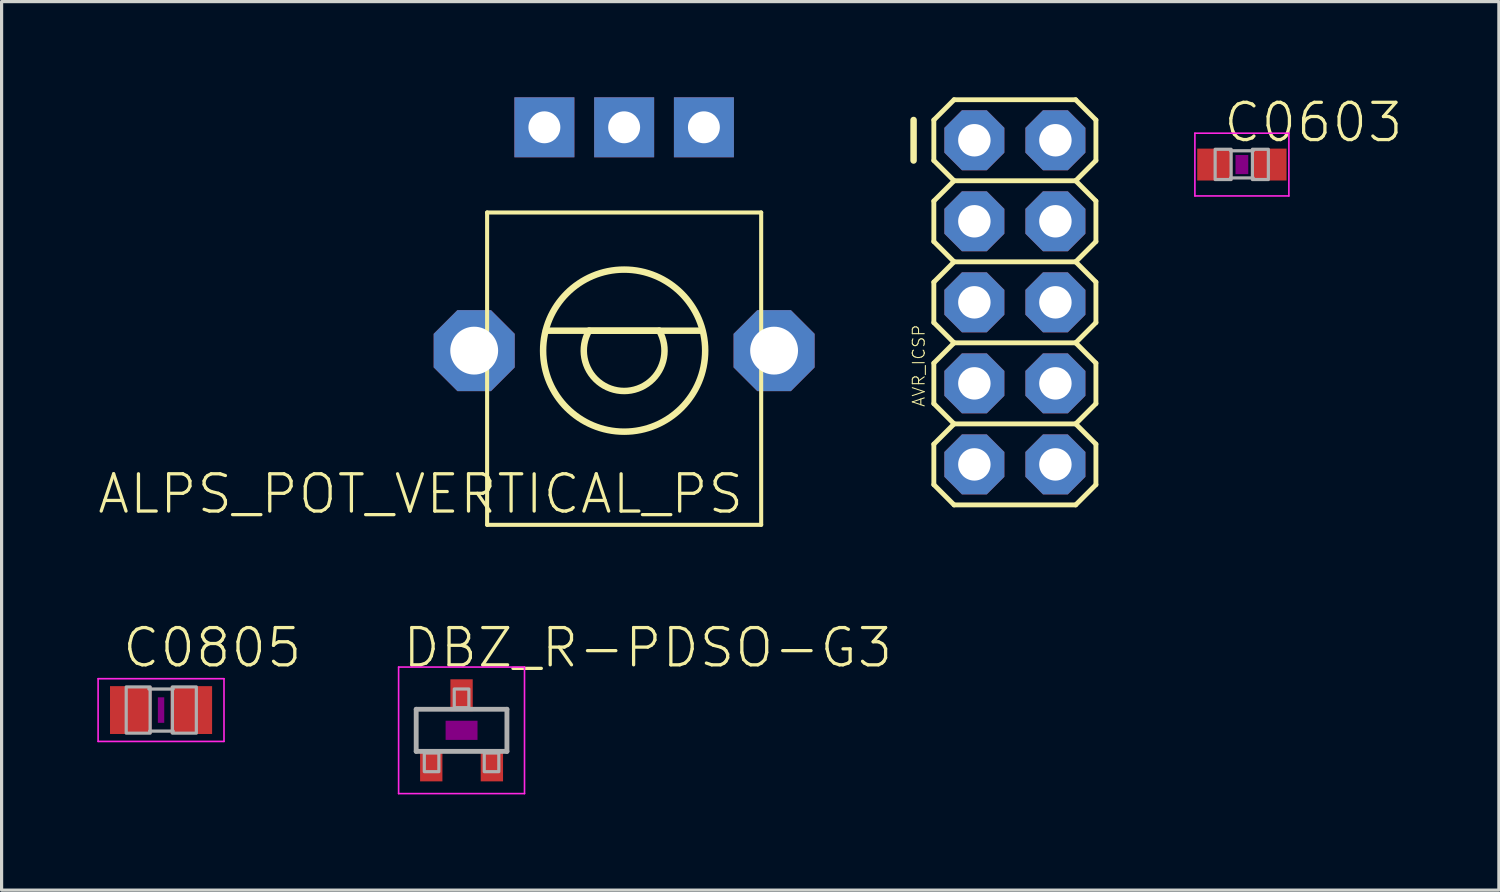
<source format=kicad_pcb>
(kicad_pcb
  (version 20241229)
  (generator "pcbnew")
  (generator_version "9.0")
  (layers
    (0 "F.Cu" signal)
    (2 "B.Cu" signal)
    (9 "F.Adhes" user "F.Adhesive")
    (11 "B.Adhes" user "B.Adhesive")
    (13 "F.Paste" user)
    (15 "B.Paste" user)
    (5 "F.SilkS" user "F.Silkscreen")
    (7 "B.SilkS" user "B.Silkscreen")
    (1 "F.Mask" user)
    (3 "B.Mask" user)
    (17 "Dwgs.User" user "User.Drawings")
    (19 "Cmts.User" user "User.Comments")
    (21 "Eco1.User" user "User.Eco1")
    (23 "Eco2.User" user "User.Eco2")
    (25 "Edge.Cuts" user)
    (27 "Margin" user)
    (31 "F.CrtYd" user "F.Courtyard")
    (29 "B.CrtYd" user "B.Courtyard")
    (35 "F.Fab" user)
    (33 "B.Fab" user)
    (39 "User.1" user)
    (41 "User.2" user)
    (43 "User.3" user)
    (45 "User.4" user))
  (footprint "C0603"
    (layer "F.Cu")
    (at 35.875 2.108)
    (property "Reference" "C0603" (at -0.635 -0.635 0) (layer "F.SilkS") (effects (font (size 1.168 1.168) (thickness 0.102)) (justify left bottom)))
    (fp_poly (pts (xy -0.2 0.3) (xy 0.2 0.3) (xy 0.2 -0.3) (xy -0.2 -0.3)) (stroke (width 0) (type solid)) (fill yes) (layer "F.Adhes"))
    (fp_line (start -1.473 -0.983) (end 1.473 -0.983) (stroke (width 0.051) (type solid)) (layer "F.CrtYd"))
    (fp_line (start -1.473 0.983) (end -1.473 -0.983) (stroke (width 0.051) (type solid)) (layer "F.CrtYd"))
    (fp_line (start 1.473 -0.983) (end 1.473 0.983) (stroke (width 0.051) (type solid)) (layer "F.CrtYd"))
    (fp_line (start 1.473 0.983) (end -1.473 0.983) (stroke (width 0.051) (type solid)) (layer "F.CrtYd"))
    (fp_line (start -0.356 -0.432) (end 0.356 -0.432) (stroke (width 0.102) (type solid)) (layer "F.Fab"))
    (fp_line (start -0.356 0.419) (end 0.356 0.419) (stroke (width 0.102) (type solid)) (layer "F.Fab"))
    (fp_poly (pts (xy -0.838 0.47) (xy -0.338 0.47) (xy -0.338 -0.48) (xy -0.838 -0.48)) (stroke (width 0.1) (type solid)) (fill no) (layer "F.Fab"))
    (fp_poly (pts (xy 0.33 0.47) (xy 0.83 0.47) (xy 0.83 -0.48) (xy 0.33 -0.48)) (stroke (width 0.1) (type solid)) (fill no) (layer "F.Fab"))
    (pad "1" smd rect (at -0.85 0) (size 1.1 1) (layers "F.Cu" "F.Mask" "F.Paste"))
    (pad "2" smd rect (at 0.85 0) (size 1.1 1) (layers "F.Cu" "F.Mask" "F.Paste")))
  (footprint "DBZ_R-PDSO-G3"
    (layer "F.Cu")
    (at 11.417 19.841)
    (property "Reference" "DBZ_R-PDSO-G3" (at -1.905 -1.905 0) (layer "F.SilkS") (effects (font (size 1.168 1.168) (thickness 0.102)) (justify left bottom)))
    (fp_poly (pts (xy -0.5 0.3) (xy 0.5 0.3) (xy 0.5 -0.3) (xy -0.5 -0.3)) (stroke (width 0) (type solid)) (fill yes) (layer "F.Adhes"))
    (fp_line (start -1.973 -1.983) (end 1.973 -1.983) (stroke (width 0.051) (type solid)) (layer "F.CrtYd"))
    (fp_line (start -1.973 1.983) (end -1.973 -1.983) (stroke (width 0.051) (type solid)) (layer "F.CrtYd"))
    (fp_line (start 1.973 -1.983) (end 1.973 1.983) (stroke (width 0.051) (type solid)) (layer "F.CrtYd"))
    (fp_line (start 1.973 1.983) (end -1.973 1.983) (stroke (width 0.051) (type solid)) (layer "F.CrtYd"))
    (fp_line (start -1.422 -0.66) (end 1.422 -0.66) (stroke (width 0.152) (type solid)) (layer "F.Fab"))
    (fp_line (start -1.422 0.66) (end -1.422 -0.66) (stroke (width 0.152) (type solid)) (layer "F.Fab"))
    (fp_line (start 1.422 -0.66) (end 1.422 0.66) (stroke (width 0.152) (type solid)) (layer "F.Fab"))
    (fp_line (start 1.422 0.66) (end -1.422 0.66) (stroke (width 0.152) (type solid)) (layer "F.Fab"))
    (fp_poly (pts (xy -1.168 1.295) (xy -0.711 1.295) (xy -0.711 0.711) (xy -1.168 0.711)) (stroke (width 0.1) (type solid)) (fill no) (layer "F.Fab"))
    (fp_poly (pts (xy -0.229 -0.711) (xy 0.229 -0.711) (xy 0.229 -1.295) (xy -0.229 -1.295)) (stroke (width 0.1) (type solid)) (fill no) (layer "F.Fab"))
    (fp_poly (pts (xy 0.711 1.295) (xy 1.168 1.295) (xy 1.168 0.711) (xy 0.711 0.711)) (stroke (width 0.1) (type solid)) (fill no) (layer "F.Fab"))
    (pad "1" smd rect (at -0.95 1.1) (size 0.7 1) (layers "F.Cu" "F.Mask" "F.Paste"))
    (pad "2" smd rect (at 0.95 1.1) (size 0.7 1) (layers "F.Cu" "F.Mask" "F.Paste"))
    (pad "3" smd rect (at 0 -1.1) (size 0.7 1) (layers "F.Cu" "F.Mask" "F.Paste")))
  (footprint "ALPS_POT_VERTICAL_PS"
    (layer "F.Cu")
    (at 16.513 7.94)
    (property "Reference" "ALPS_POT_VERTICAL_PS" (at 3.81 3.81 0) (layer "F.SilkS") (effects (font (size 1.168 1.168) (thickness 0.102)) (justify right top)))
    (fp_line (start -4.295 -4.33) (end 4.295 -4.33) (stroke (width 0.127) (type solid)) (layer "F.SilkS"))
    (fp_line (start -4.295 5.46) (end -4.295 -4.33) (stroke (width 0.127) (type solid)) (layer "F.SilkS"))
    (fp_line (start -2.45 -0.625) (end 2.425 -0.625) (stroke (width 0.203) (type solid)) (layer "F.SilkS"))
    (fp_line (start -1.1 -0.625) (end 1.1 -0.625) (stroke (width 0.203) (type solid)) (layer "F.SilkS"))
    (fp_line (start 4.295 -4.33) (end 4.295 5.46) (stroke (width 0.127) (type solid)) (layer "F.SilkS"))
    (fp_line (start 4.295 5.46) (end -4.295 5.46) (stroke (width 0.127) (type solid)) (layer "F.SilkS"))
    (fp_arc (start 1.1 -0.625) (mid 0 1.265158) (end -1.1 -0.625) (stroke (width 0.2032) (type solid)) (layer "F.SilkS"))
    (fp_circle (center 0 0) (end 2.54 0) (stroke (width 0.203) (type solid)) (fill no) (layer "F.SilkS"))
    (pad "P$1" thru_hole rect (at -2.5 -7 270) (size 1.88 1.88) (drill 1) (layers "*.Cu" "*.Mask"))
    (pad "P$2" thru_hole rect (at 0 -7 270) (size 1.88 1.88) (drill 1) (layers "*.Cu" "*.Mask"))
    (pad "P$3" thru_hole rect (at 2.5 -7 270) (size 1.88 1.88) (drill 1) (layers "*.Cu" "*.Mask"))
    (pad "P$4" thru_hole roundrect (at -4.7 0 270) (size 2.54 2.54) (drill 1.5) (layers "*.Cu" "*.Mask") (roundrect_rratio 0.25) (chamfer_ratio 0.293) (chamfer top_left top_right bottom_left bottom_right))
    (pad "P$5" thru_hole roundrect (at 4.7 0 270) (size 2.54 2.54) (drill 1.5) (layers "*.Cu" "*.Mask") (roundrect_rratio 0.25) (chamfer_ratio 0.293) (chamfer top_left top_right bottom_left bottom_right)))
  (footprint "C0805"
    (layer "F.Cu")
    (at 1.998 19.206)
    (property "Reference" "C0805" (at -1.27 -1.27 0) (layer "F.SilkS") (effects (font (size 1.168 1.168) (thickness 0.102)) (justify left bottom)))
    (fp_poly (pts (xy -0.1 0.4) (xy 0.1 0.4) (xy 0.1 -0.4) (xy -0.1 -0.4)) (stroke (width 0) (type solid)) (fill yes) (layer "F.Adhes"))
    (fp_line (start -1.973 -0.983) (end 1.973 -0.983) (stroke (width 0.051) (type solid)) (layer "F.CrtYd"))
    (fp_line (start -1.973 0.983) (end -1.973 -0.983) (stroke (width 0.051) (type solid)) (layer "F.CrtYd"))
    (fp_line (start 1.973 -0.983) (end 1.973 0.983) (stroke (width 0.051) (type solid)) (layer "F.CrtYd"))
    (fp_line (start 1.973 0.983) (end -1.973 0.983) (stroke (width 0.051) (type solid)) (layer "F.CrtYd"))
    (fp_line (start -0.381 -0.66) (end 0.381 -0.66) (stroke (width 0.102) (type solid)) (layer "F.Fab"))
    (fp_line (start -0.356 0.66) (end 0.381 0.66) (stroke (width 0.102) (type solid)) (layer "F.Fab"))
    (fp_poly (pts (xy -1.092 0.724) (xy -0.342 0.724) (xy -0.342 -0.726) (xy -1.092 -0.726)) (stroke (width 0.1) (type solid)) (fill no) (layer "F.Fab"))
    (fp_poly (pts (xy 0.356 0.724) (xy 1.106 0.724) (xy 1.106 -0.726) (xy 0.356 -0.726)) (stroke (width 0.1) (type solid)) (fill no) (layer "F.Fab"))
    (pad "1" smd rect (at -0.95 0) (size 1.3 1.5) (layers "F.Cu" "F.Mask" "F.Paste"))
    (pad "2" smd rect (at 0.95 0) (size 1.3 1.5) (layers "F.Cu" "F.Mask" "F.Paste")))
  (footprint "AVR_ICSP"
    (layer "F.Cu")
    (at 28.76 6.426)
    (property "Reference" "AVR_ICSP" (at -2.794 3.302 90) (layer "F.SilkS") (effects (font (size 0.374 0.374) (thickness 0.033)) (justify left bottom)))
    (fp_line (start -3.175 -5.715) (end -3.175 -4.445) (stroke (width 0.203) (type solid)) (layer "F.SilkS"))
    (fp_line (start -2.54 -5.715) (end -2.54 -4.445) (stroke (width 0.152) (type solid)) (layer "F.SilkS"))
    (fp_line (start -2.54 -4.445) (end -1.905 -3.81) (stroke (width 0.152) (type solid)) (layer "F.SilkS"))
    (fp_line (start -2.54 -3.175) (end -2.54 -1.905) (stroke (width 0.152) (type solid)) (layer "F.SilkS"))
    (fp_line (start -2.54 -1.905) (end -1.905 -1.27) (stroke (width 0.152) (type solid)) (layer "F.SilkS"))
    (fp_line (start -2.54 -0.635) (end -2.54 0.635) (stroke (width 0.152) (type solid)) (layer "F.SilkS"))
    (fp_line (start -2.54 0.635) (end -1.905 1.27) (stroke (width 0.152) (type solid)) (layer "F.SilkS"))
    (fp_line (start -2.54 1.905) (end -2.54 3.175) (stroke (width 0.152) (type solid)) (layer "F.SilkS"))
    (fp_line (start -2.54 3.175) (end -1.905 3.81) (stroke (width 0.152) (type solid)) (layer "F.SilkS"))
    (fp_line (start -2.54 4.445) (end -2.54 5.715) (stroke (width 0.152) (type solid)) (layer "F.SilkS"))
    (fp_line (start -2.54 5.715) (end -1.905 6.35) (stroke (width 0.152) (type solid)) (layer "F.SilkS"))
    (fp_line (start -1.905 -6.35) (end -2.54 -5.715) (stroke (width 0.152) (type solid)) (layer "F.SilkS"))
    (fp_line (start -1.905 -6.35) (end 1.905 -6.35) (stroke (width 0.152) (type solid)) (layer "F.SilkS"))
    (fp_line (start -1.905 -3.81) (end -2.54 -3.175) (stroke (width 0.152) (type solid)) (layer "F.SilkS"))
    (fp_line (start -1.905 -1.27) (end -2.54 -0.635) (stroke (width 0.152) (type solid)) (layer "F.SilkS"))
    (fp_line (start -1.905 1.27) (end -2.54 1.905) (stroke (width 0.152) (type solid)) (layer "F.SilkS"))
    (fp_line (start -1.905 3.81) (end -2.54 4.445) (stroke (width 0.152) (type solid)) (layer "F.SilkS"))
    (fp_line (start 1.905 -6.35) (end 2.54 -5.715) (stroke (width 0.152) (type solid)) (layer "F.SilkS"))
    (fp_line (start 1.905 -3.81) (end -1.905 -3.81) (stroke (width 0.152) (type solid)) (layer "F.SilkS"))
    (fp_line (start 1.905 -3.81) (end 2.54 -3.175) (stroke (width 0.152) (type solid)) (layer "F.SilkS"))
    (fp_line (start 1.905 -1.27) (end -1.905 -1.27) (stroke (width 0.152) (type solid)) (layer "F.SilkS"))
    (fp_line (start 1.905 -1.27) (end 2.54 -0.635) (stroke (width 0.152) (type solid)) (layer "F.SilkS"))
    (fp_line (start 1.905 1.27) (end -1.905 1.27) (stroke (width 0.152) (type solid)) (layer "F.SilkS"))
    (fp_line (start 1.905 1.27) (end 2.54 1.905) (stroke (width 0.152) (type solid)) (layer "F.SilkS"))
    (fp_line (start 1.905 3.81) (end -1.905 3.81) (stroke (width 0.152) (type solid)) (layer "F.SilkS"))
    (fp_line (start 1.905 3.81) (end 2.54 4.445) (stroke (width 0.152) (type solid)) (layer "F.SilkS"))
    (fp_line (start 1.905 6.35) (end -1.905 6.35) (stroke (width 0.152) (type solid)) (layer "F.SilkS"))
    (fp_line (start 2.54 -5.715) (end 2.54 -4.445) (stroke (width 0.152) (type solid)) (layer "F.SilkS"))
    (fp_line (start 2.54 -4.445) (end 1.905 -3.81) (stroke (width 0.152) (type solid)) (layer "F.SilkS"))
    (fp_line (start 2.54 -3.175) (end 2.54 -1.905) (stroke (width 0.152) (type solid)) (layer "F.SilkS"))
    (fp_line (start 2.54 -1.905) (end 1.905 -1.27) (stroke (width 0.152) (type solid)) (layer "F.SilkS"))
    (fp_line (start 2.54 -0.635) (end 2.54 0.635) (stroke (width 0.152) (type solid)) (layer "F.SilkS"))
    (fp_line (start 2.54 0.635) (end 1.905 1.27) (stroke (width 0.152) (type solid)) (layer "F.SilkS"))
    (fp_line (start 2.54 1.905) (end 2.54 3.175) (stroke (width 0.152) (type solid)) (layer "F.SilkS"))
    (fp_line (start 2.54 3.175) (end 1.905 3.81) (stroke (width 0.152) (type solid)) (layer "F.SilkS"))
    (fp_line (start 2.54 4.445) (end 2.54 5.715) (stroke (width 0.152) (type solid)) (layer "F.SilkS"))
    (fp_line (start 2.54 5.715) (end 1.905 6.35) (stroke (width 0.152) (type solid)) (layer "F.SilkS"))
    (fp_poly (pts (xy -1.524 0.254) (xy -1.016 0.254) (xy -1.016 -0.254) (xy -1.524 -0.254)) (stroke (width 0) (type solid)) (fill yes) (layer "F.SilkS"))
    (fp_poly (pts (xy -1.524 -4.826) (xy -1.016 -4.826) (xy -1.016 -5.334) (xy -1.524 -5.334)) (stroke (width 0.1) (type solid)) (fill no) (layer "F.Fab"))
    (fp_poly (pts (xy -1.524 -2.286) (xy -1.016 -2.286) (xy -1.016 -2.794) (xy -1.524 -2.794)) (stroke (width 0.1) (type solid)) (fill no) (layer "F.Fab"))
    (fp_poly (pts (xy -1.524 2.794) (xy -1.016 2.794) (xy -1.016 2.286) (xy -1.524 2.286)) (stroke (width 0.1) (type solid)) (fill no) (layer "F.Fab"))
    (fp_poly (pts (xy -1.524 5.334) (xy -1.016 5.334) (xy -1.016 4.826) (xy -1.524 4.826)) (stroke (width 0.1) (type solid)) (fill no) (layer "F.Fab"))
    (fp_poly (pts (xy 1.016 -4.826) (xy 1.524 -4.826) (xy 1.524 -5.334) (xy 1.016 -5.334)) (stroke (width 0.1) (type solid)) (fill no) (layer "F.Fab"))
    (fp_poly (pts (xy 1.016 -2.286) (xy 1.524 -2.286) (xy 1.524 -2.794) (xy 1.016 -2.794)) (stroke (width 0.1) (type solid)) (fill no) (layer "F.Fab"))
    (fp_poly (pts (xy 1.016 0.254) (xy 1.524 0.254) (xy 1.524 -0.254) (xy 1.016 -0.254)) (stroke (width 0.1) (type solid)) (fill no) (layer "F.Fab"))
    (fp_poly (pts (xy 1.016 2.794) (xy 1.524 2.794) (xy 1.524 2.286) (xy 1.016 2.286)) (stroke (width 0.1) (type solid)) (fill no) (layer "F.Fab"))
    (fp_poly (pts (xy 1.016 5.334) (xy 1.524 5.334) (xy 1.524 4.826) (xy 1.016 4.826)) (stroke (width 0.1) (type solid)) (fill no) (layer "F.Fab"))
    (pad "1" thru_hole roundrect (at -1.27 -5.08 270) (size 1.88 1.88) (drill 1.016) (layers "*.Cu" "*.Mask") (roundrect_rratio 0.25) (chamfer_ratio 0.293) (chamfer top_left top_right bottom_left bottom_right))
    (pad "2" thru_hole roundrect (at 1.27 -5.08 270) (size 1.88 1.88) (drill 1.016) (layers "*.Cu" "*.Mask") (roundrect_rratio 0.25) (chamfer_ratio 0.293) (chamfer top_left top_right bottom_left bottom_right))
    (pad "3" thru_hole roundrect (at -1.27 -2.54 270) (size 1.88 1.88) (drill 1.016) (layers "*.Cu" "*.Mask") (roundrect_rratio 0.25) (chamfer_ratio 0.293) (chamfer top_left top_right bottom_left bottom_right))
    (pad "4" thru_hole roundrect (at 1.27 -2.54 270) (size 1.88 1.88) (drill 1.016) (layers "*.Cu" "*.Mask") (roundrect_rratio 0.25) (chamfer_ratio 0.293) (chamfer top_left top_right bottom_left bottom_right))
    (pad "5" thru_hole roundrect (at -1.27 0 270) (size 1.88 1.88) (drill 1.016) (layers "*.Cu" "*.Mask") (roundrect_rratio 0.25) (chamfer_ratio 0.293) (chamfer top_left top_right bottom_left bottom_right))
    (pad "6" thru_hole roundrect (at 1.27 0 270) (size 1.88 1.88) (drill 1.016) (layers "*.Cu" "*.Mask") (roundrect_rratio 0.25) (chamfer_ratio 0.293) (chamfer top_left top_right bottom_left bottom_right))
    (pad "7" thru_hole roundrect (at -1.27 2.54 270) (size 1.88 1.88) (drill 1.016) (layers "*.Cu" "*.Mask") (roundrect_rratio 0.25) (chamfer_ratio 0.293) (chamfer top_left top_right bottom_left bottom_right))
    (pad "8" thru_hole roundrect (at 1.27 2.54 270) (size 1.88 1.88) (drill 1.016) (layers "*.Cu" "*.Mask") (roundrect_rratio 0.25) (chamfer_ratio 0.293) (chamfer top_left top_right bottom_left bottom_right))
    (pad "9" thru_hole roundrect (at -1.27 5.08 270) (size 1.88 1.88) (drill 1.016) (layers "*.Cu" "*.Mask") (roundrect_rratio 0.25) (chamfer_ratio 0.293) (chamfer top_left top_right bottom_left bottom_right))
    (pad "10" thru_hole roundrect (at 1.27 5.08 270) (size 1.88 1.88) (drill 1.016) (layers "*.Cu" "*.Mask") (roundrect_rratio 0.25) (chamfer_ratio 0.293) (chamfer top_left top_right bottom_left bottom_right)))
  (gr_rect
    (start -3 -3)
    (end 43.93 24.85)
    (stroke (width 0.1) (type default))
    (fill no)
    (layer "Edge.Cuts")))
</source>
